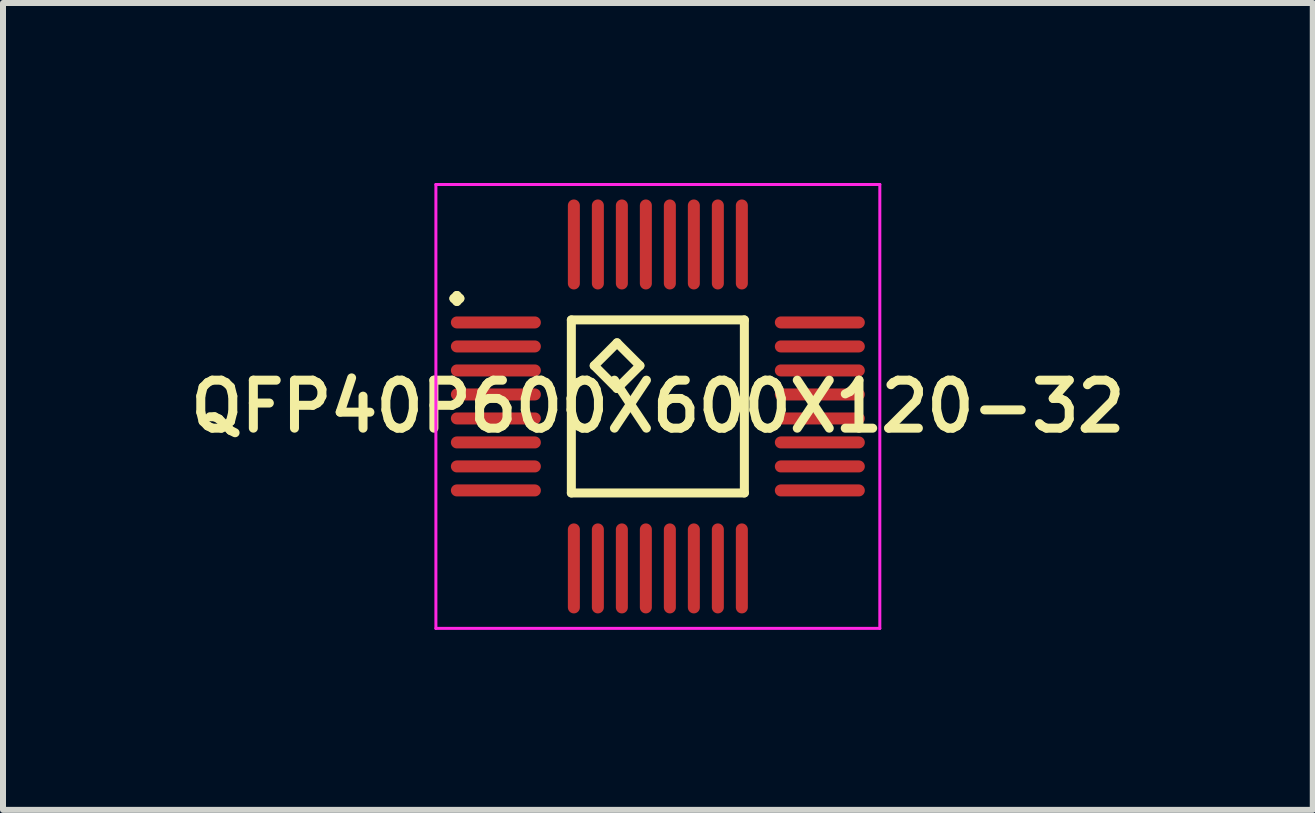
<source format=kicad_pcb>
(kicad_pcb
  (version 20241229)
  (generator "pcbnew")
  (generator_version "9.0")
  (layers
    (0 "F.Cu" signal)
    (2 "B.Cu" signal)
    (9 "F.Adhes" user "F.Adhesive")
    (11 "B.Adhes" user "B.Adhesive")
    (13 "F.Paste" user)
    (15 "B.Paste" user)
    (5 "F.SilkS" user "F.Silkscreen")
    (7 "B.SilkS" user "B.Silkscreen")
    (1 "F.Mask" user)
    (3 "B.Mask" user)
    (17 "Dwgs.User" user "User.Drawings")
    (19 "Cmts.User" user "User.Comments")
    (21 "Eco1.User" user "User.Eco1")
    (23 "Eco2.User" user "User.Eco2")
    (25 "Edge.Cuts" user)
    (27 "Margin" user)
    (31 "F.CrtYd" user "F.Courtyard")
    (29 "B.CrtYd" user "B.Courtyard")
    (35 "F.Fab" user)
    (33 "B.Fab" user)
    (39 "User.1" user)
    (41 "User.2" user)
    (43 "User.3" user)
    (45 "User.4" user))
  (footprint "QFP40P600X600X120-32"
    (layer "F.Cu")
    (at 7.916 3.725)
    (property "Reference" "QFP40P600X600X120-32" (at 0 0 0) (layer "F.SilkS") (effects (font (size 0.8 0.8) (thickness 0.15))))
    (attr smd)
    (fp_line (start -3.4 -1.8) (end -3.35 -1.85) (stroke (width 0.15) (type solid)) (layer "F.SilkS"))
    (fp_line (start -3.35 -1.85) (end -3.3 -1.8) (stroke (width 0.15) (type solid)) (layer "F.SilkS"))
    (fp_line (start -3.35 -1.75) (end -3.4 -1.8) (stroke (width 0.15) (type solid)) (layer "F.SilkS"))
    (fp_line (start -3.3 -1.8) (end -3.35 -1.75) (stroke (width 0.15) (type solid)) (layer "F.SilkS"))
    (fp_line (start -1.442 -1.442) (end -1.442 1.442) (stroke (width 0.15) (type solid)) (layer "F.SilkS"))
    (fp_line (start -1.442 1.442) (end 1.442 1.442) (stroke (width 0.15) (type solid)) (layer "F.SilkS"))
    (fp_line (start -1.061 -0.68) (end -0.68 -1.061) (stroke (width 0.15) (type solid)) (layer "F.SilkS"))
    (fp_line (start -0.68 -1.061) (end -0.299 -0.68) (stroke (width 0.15) (type solid)) (layer "F.SilkS"))
    (fp_line (start -0.68 -0.299) (end -1.061 -0.68) (stroke (width 0.15) (type solid)) (layer "F.SilkS"))
    (fp_line (start -0.299 -0.68) (end -0.68 -0.299) (stroke (width 0.15) (type solid)) (layer "F.SilkS"))
    (fp_line (start 1.442 -1.442) (end -1.442 -1.442) (stroke (width 0.15) (type solid)) (layer "F.SilkS"))
    (fp_line (start 1.442 1.442) (end 1.442 -1.442) (stroke (width 0.15) (type solid)) (layer "F.SilkS"))
    (fp_line (start -3.7 -3.7) (end 3.7 -3.7) (stroke (width 0.05) (type solid)) (layer "F.CrtYd"))
    (fp_line (start -3.7 3.7) (end -3.7 -3.7) (stroke (width 0.05) (type solid)) (layer "F.CrtYd"))
    (fp_line (start 3.7 -3.7) (end 3.7 3.7) (stroke (width 0.05) (type solid)) (layer "F.CrtYd"))
    (fp_line (start 3.7 3.7) (end -3.7 3.7) (stroke (width 0.05) (type solid)) (layer "F.CrtYd"))
    (pad "1" smd oval (at -2.7 -1.4) (size 1.5 0.2) (layers "F.Cu" "F.Mask" "F.Paste"))
    (pad "2" smd oval (at -2.7 -1) (size 1.5 0.2) (layers "F.Cu" "F.Mask" "F.Paste"))
    (pad "3" smd oval (at -2.7 -0.6) (size 1.5 0.2) (layers "F.Cu" "F.Mask" "F.Paste"))
    (pad "4" smd oval (at -2.7 -0.2) (size 1.5 0.2) (layers "F.Cu" "F.Mask" "F.Paste"))
    (pad "5" smd oval (at -2.7 0.2) (size 1.5 0.2) (layers "F.Cu" "F.Mask" "F.Paste"))
    (pad "6" smd oval (at -2.7 0.6) (size 1.5 0.2) (layers "F.Cu" "F.Mask" "F.Paste"))
    (pad "7" smd oval (at -2.7 1) (size 1.5 0.2) (layers "F.Cu" "F.Mask" "F.Paste"))
    (pad "8" smd oval (at -2.7 1.4) (size 1.5 0.2) (layers "F.Cu" "F.Mask" "F.Paste"))
    (pad "9" smd oval (at -1.4 2.7) (size 0.2 1.5) (layers "F.Cu" "F.Mask" "F.Paste"))
    (pad "10" smd oval (at -1 2.7) (size 0.2 1.5) (layers "F.Cu" "F.Mask" "F.Paste"))
    (pad "11" smd oval (at -0.6 2.7) (size 0.2 1.5) (layers "F.Cu" "F.Mask" "F.Paste"))
    (pad "12" smd oval (at -0.2 2.7) (size 0.2 1.5) (layers "F.Cu" "F.Mask" "F.Paste"))
    (pad "13" smd oval (at 0.2 2.7) (size 0.2 1.5) (layers "F.Cu" "F.Mask" "F.Paste"))
    (pad "14" smd oval (at 0.6 2.7) (size 0.2 1.5) (layers "F.Cu" "F.Mask" "F.Paste"))
    (pad "15" smd oval (at 1 2.7) (size 0.2 1.5) (layers "F.Cu" "F.Mask" "F.Paste"))
    (pad "16" smd oval (at 1.4 2.7) (size 0.2 1.5) (layers "F.Cu" "F.Mask" "F.Paste"))
    (pad "17" smd oval (at 2.7 1.4) (size 1.5 0.2) (layers "F.Cu" "F.Mask" "F.Paste"))
    (pad "18" smd oval (at 2.7 1) (size 1.5 0.2) (layers "F.Cu" "F.Mask" "F.Paste"))
    (pad "19" smd oval (at 2.7 0.6) (size 1.5 0.2) (layers "F.Cu" "F.Mask" "F.Paste"))
    (pad "20" smd oval (at 2.7 0.2) (size 1.5 0.2) (layers "F.Cu" "F.Mask" "F.Paste"))
    (pad "21" smd oval (at 2.7 -0.2) (size 1.5 0.2) (layers "F.Cu" "F.Mask" "F.Paste"))
    (pad "22" smd oval (at 2.7 -0.6) (size 1.5 0.2) (layers "F.Cu" "F.Mask" "F.Paste"))
    (pad "23" smd oval (at 2.7 -1) (size 1.5 0.2) (layers "F.Cu" "F.Mask" "F.Paste"))
    (pad "24" smd oval (at 2.7 -1.4) (size 1.5 0.2) (layers "F.Cu" "F.Mask" "F.Paste"))
    (pad "25" smd oval (at 1.4 -2.7) (size 0.2 1.5) (layers "F.Cu" "F.Mask" "F.Paste"))
    (pad "26" smd oval (at 1 -2.7) (size 0.2 1.5) (layers "F.Cu" "F.Mask" "F.Paste"))
    (pad "27" smd oval (at 0.6 -2.7) (size 0.2 1.5) (layers "F.Cu" "F.Mask" "F.Paste"))
    (pad "28" smd oval (at 0.2 -2.7) (size 0.2 1.5) (layers "F.Cu" "F.Mask" "F.Paste"))
    (pad "29" smd oval (at -0.2 -2.7) (size 0.2 1.5) (layers "F.Cu" "F.Mask" "F.Paste"))
    (pad "30" smd oval (at -0.6 -2.7) (size 0.2 1.5) (layers "F.Cu" "F.Mask" "F.Paste"))
    (pad "31" smd oval (at -1 -2.7) (size 0.2 1.5) (layers "F.Cu" "F.Mask" "F.Paste"))
    (pad "32" smd oval (at -1.4 -2.7) (size 0.2 1.5) (layers "F.Cu" "F.Mask" "F.Paste")))
  (gr_rect
    (start -3 -3)
    (end 18.833 10.45)
    (stroke (width 0.1) (type default))
    (fill no)
    (layer "Edge.Cuts")))
</source>
